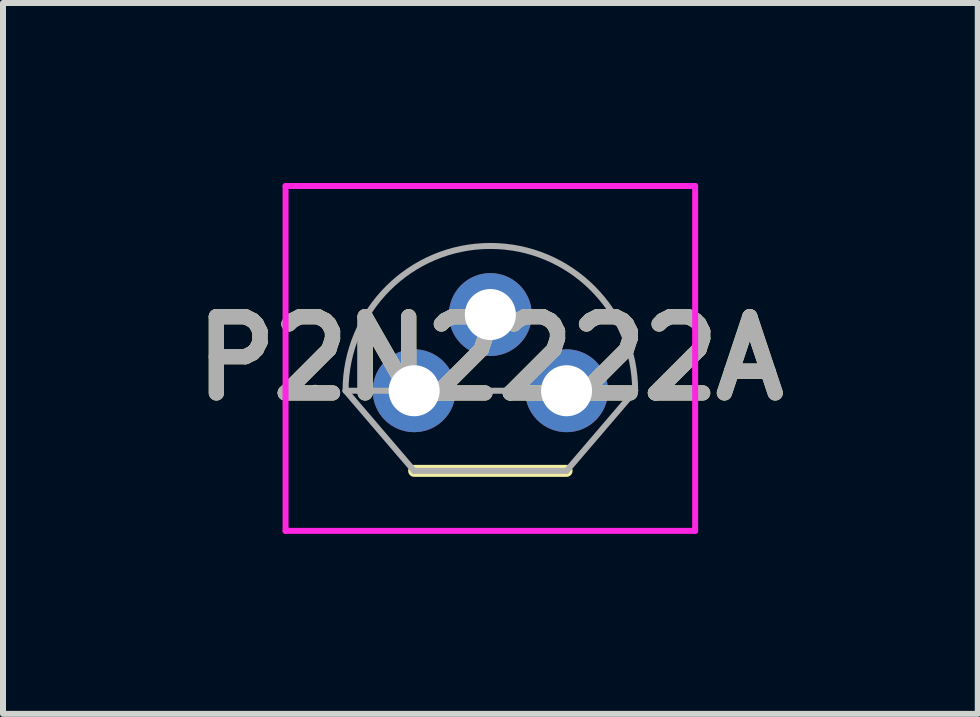
<source format=kicad_pcb>
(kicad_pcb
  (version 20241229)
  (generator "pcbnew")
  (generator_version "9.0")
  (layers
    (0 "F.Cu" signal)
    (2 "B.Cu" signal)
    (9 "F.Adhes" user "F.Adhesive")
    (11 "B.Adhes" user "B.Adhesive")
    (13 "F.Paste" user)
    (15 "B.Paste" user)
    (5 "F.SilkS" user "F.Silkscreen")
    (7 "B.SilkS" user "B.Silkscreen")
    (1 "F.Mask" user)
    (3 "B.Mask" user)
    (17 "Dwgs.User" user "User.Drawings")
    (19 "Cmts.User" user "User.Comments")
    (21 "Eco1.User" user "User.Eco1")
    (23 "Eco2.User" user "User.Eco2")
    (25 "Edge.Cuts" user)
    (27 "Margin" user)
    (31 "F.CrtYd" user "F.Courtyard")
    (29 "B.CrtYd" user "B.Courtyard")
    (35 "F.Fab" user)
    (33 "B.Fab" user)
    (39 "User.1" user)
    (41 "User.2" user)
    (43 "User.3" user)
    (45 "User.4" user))
  (footprint "P2N2222A"
    (layer "F.Cu")
    (at 3.852 3.462)
    (property "Reference" "P2N2222A" (at 1.27 -0.538 0) (layer "F.SilkS") (effects (font (size 1.27 1.27) (thickness 0.254))))
    (attr through_hole)
    (fp_line (start -1.7 0) (end -1.7 0) (stroke (width 0.1) (type solid)) (layer "F.SilkS"))
    (fp_line (start -1.6 0) (end -1.6 0) (stroke (width 0.1) (type solid)) (layer "F.SilkS"))
    (fp_line (start 0 1.335) (end 2.54 1.335) (stroke (width 0.2) (type solid)) (layer "F.SilkS"))
    (fp_arc (start -1.7 0) (mid -1.65 -0.05) (end -1.6 0) (stroke (width 0.1) (type solid)) (layer "F.SilkS"))
    (fp_arc (start -1.6 0) (mid -1.65 0.05) (end -1.7 0) (stroke (width 0.1) (type solid)) (layer "F.SilkS"))
    (fp_line (start -2.143 -3.412) (end 4.683 -3.412) (stroke (width 0.1) (type solid)) (layer "F.CrtYd"))
    (fp_line (start -2.143 2.335) (end -2.143 -3.412) (stroke (width 0.1) (type solid)) (layer "F.CrtYd"))
    (fp_line (start 4.683 -3.412) (end 4.683 2.335) (stroke (width 0.1) (type solid)) (layer "F.CrtYd"))
    (fp_line (start 4.683 2.335) (end -2.143 2.335) (stroke (width 0.1) (type solid)) (layer "F.CrtYd"))
    (fp_line (start -1.143 0) (end 0 1.335) (stroke (width 0.1) (type solid)) (layer "F.Fab"))
    (fp_line (start -1.143 0) (end 3.683 0) (stroke (width 0.1) (type solid)) (layer "F.Fab"))
    (fp_line (start 0 1.335) (end 2.54 1.335) (stroke (width 0.1) (type solid)) (layer "F.Fab"))
    (fp_line (start 2.54 1.335) (end 3.683 0) (stroke (width 0.1) (type solid)) (layer "F.Fab"))
    (fp_line (start 3.683 0) (end 3.683 0) (stroke (width 0.1) (type solid)) (layer "F.Fab"))
    (fp_arc (start -1.143 0) (mid 1.27 -2.413) (end 3.683 0) (stroke (width 0.1) (type solid)) (layer "F.Fab"))
    (fp_text user "${REFERENCE}" (at 1.27 -0.538 0) (layer "F.Fab") (effects (font (size 1.27 1.27) (thickness 0.254))))
    (pad "1" thru_hole circle (at 0 0) (size 1.381 1.381) (drill 0.85) (layers "*.Cu" "*.Mask"))
    (pad "2" thru_hole circle (at 1.27 -1.27) (size 1.381 1.381) (drill 0.85) (layers "*.Cu" "*.Mask"))
    (pad "3" thru_hole circle (at 2.54 0) (size 1.381 1.381) (drill 0.85) (layers "*.Cu" "*.Mask")))
  (gr_rect
    (start -3 -3)
    (end 13.245 8.847)
    (stroke (width 0.1) (type default))
    (fill no)
    (layer "Edge.Cuts")))
</source>
